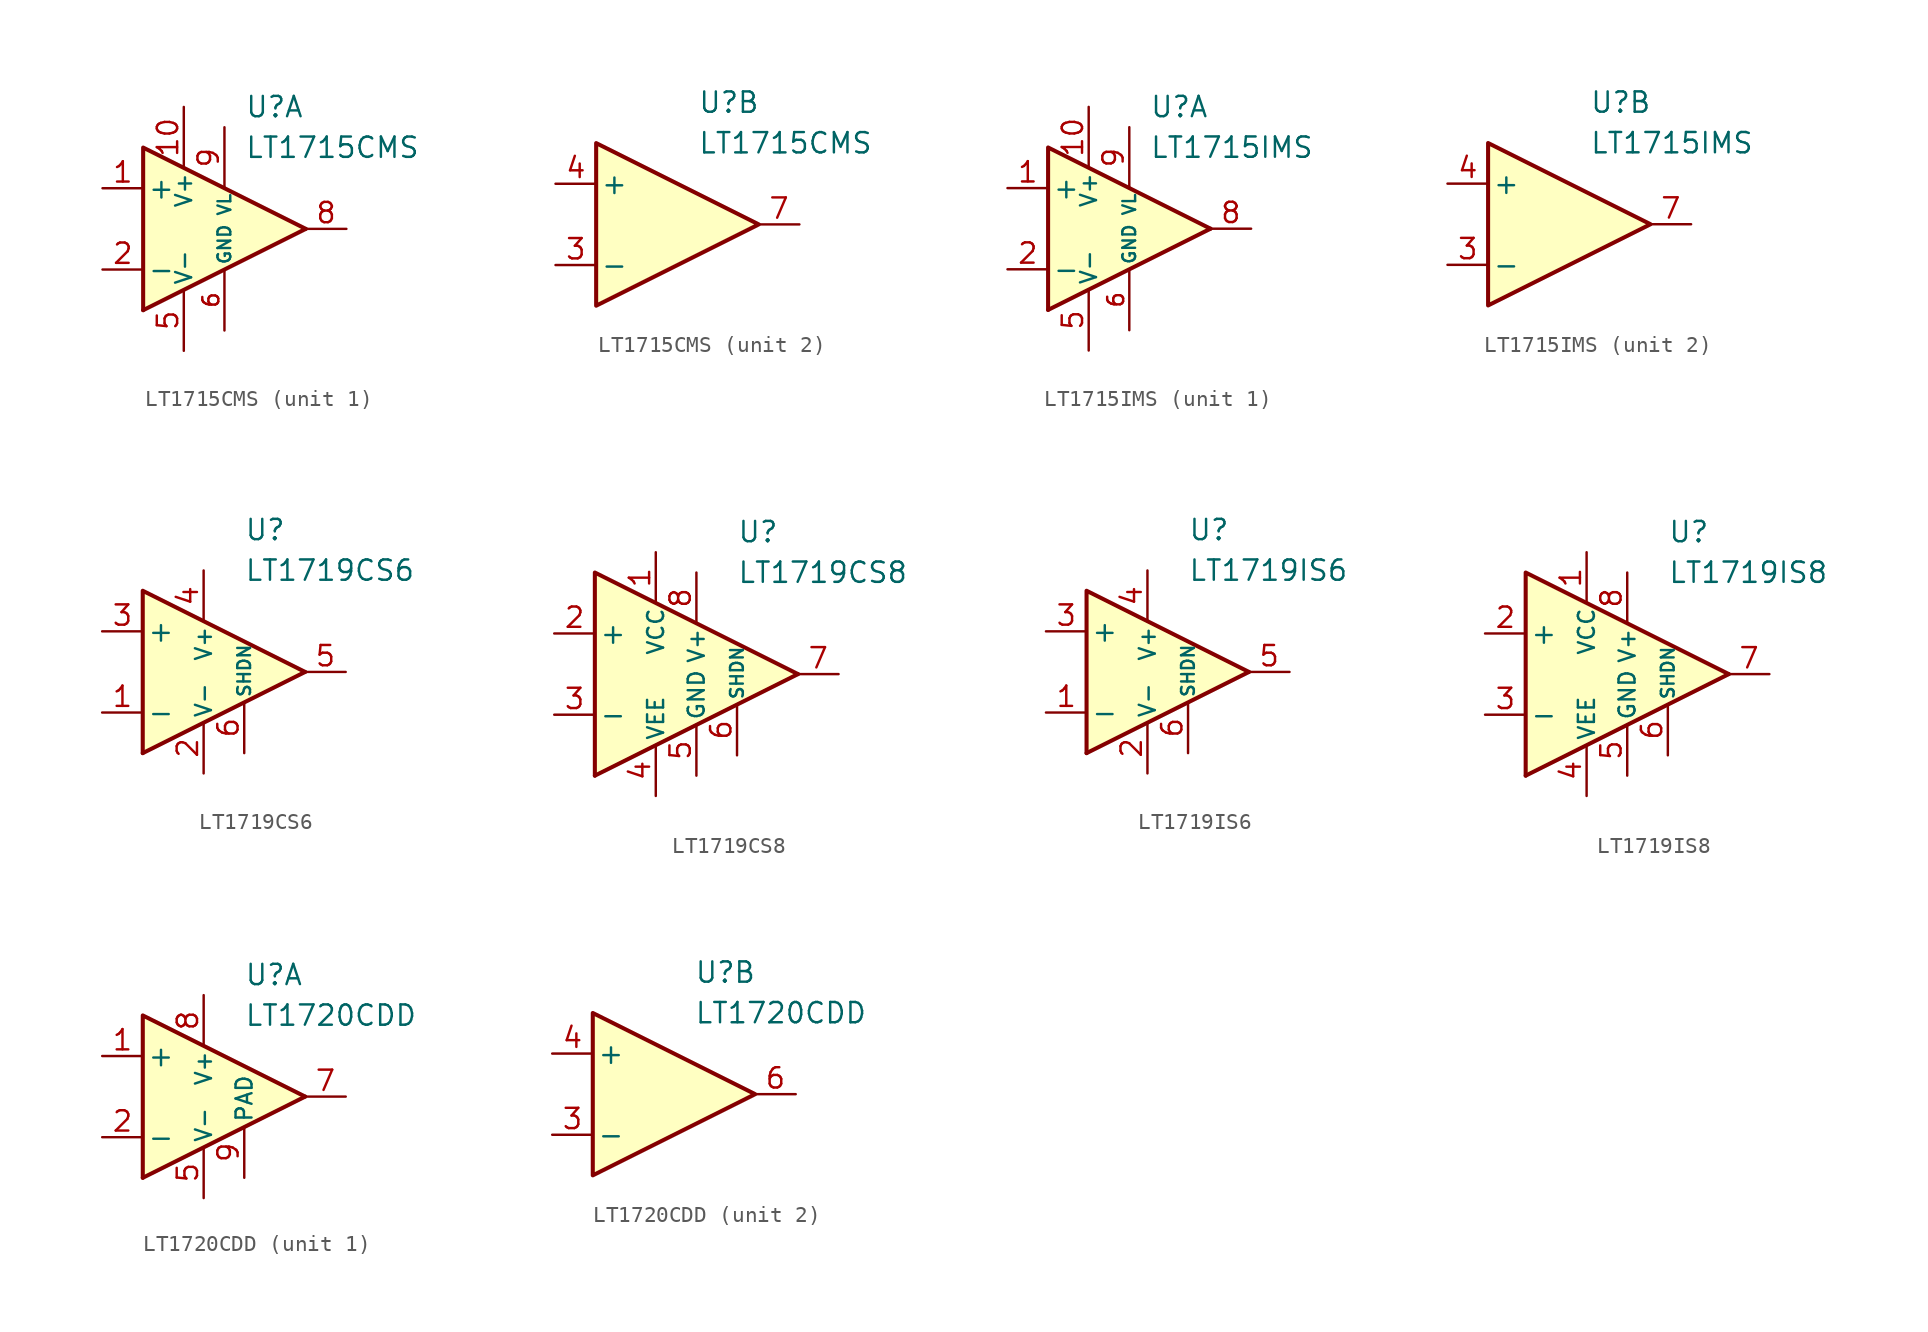
<source format=kicad_sym>
(kicad_symbol_lib
  (version 20211014)
  (generator kicad_symbol_editor)
  (symbol "LT1715CMS"
    (pin_names
      (offset 0.254))
    (property "Reference" "U"
      (at 2.54 7.62 0)
      (effects (font (size 1.27 1.27)) (justify left)))
    (property "Value" "LT1715CMS"
      (at 2.54 5.08 0)
      (effects (font (size 1.27 1.27)) (justify left)))
    (property "ki_locked" ""
      (at 0 0 0)
      (effects (font (size 1.27 1.27))))
    (symbol "LT1715CMS_1_0"
      (polyline (pts (xy 6.35 0) (xy -3.81 -5.08)) (stroke (width 0.254) (type default) (color 0 0 0 0)) (fill (type none)))
      (polyline (pts (xy 6.35 0) (xy -3.81 5.08) (xy -3.81 -5.08)) (stroke (width 0.254) (type default) (color 0 0 0 0)) (fill (type background))))
    (symbol "LT1715CMS_1_1"
      (pin input line (at -6.35 2.54 0) (length 2.54) (name "+" (effects (font (size 1.27 1.27)))) (number "1" (effects (font (size 1.27 1.27)))))
      (pin power_in line (at -1.27 7.62 270) (length 3.81) (name "V+" (effects (font (size 1 1)))) (number "10" (effects (font (size 1.27 1.27)))))
      (pin input line (at -6.35 -2.54 0) (length 2.54) (name "-" (effects (font (size 1.27 1.27)))) (number "2" (effects (font (size 1.27 1.27)))))
      (pin power_in line (at -1.27 -7.62 90) (length 3.81) (name "V-" (effects (font (size 1 1)))) (number "5" (effects (font (size 1.27 1.27)))))
      (pin power_in line (at 1.27 -6.35 90) (length 3.81) (name "GND" (effects (font (size 0.8 0.8)))) (number "6" (effects (font (size 1 1)))))
      (pin output line (at 8.89 0 180) (length 2.54) (name "~" (effects (font (size 1.27 1.27)))) (number "8" (effects (font (size 1.27 1.27)))))
      (pin power_in line (at 1.27 6.35 270) (length 3.81) (name "VL" (effects (font (size 0.8 0.8)))) (number "9" (effects (font (size 1.27 1.27))))))
    (symbol "LT1715CMS_2_0"
      (polyline (pts (xy 6.35 0) (xy -3.81 5.08) (xy -3.81 -5.08) (xy 6.35 0)) (stroke (width 0.254) (type default) (color 0 0 0 0)) (fill (type background))))
    (symbol "LT1715CMS_2_1"
      (pin input line (at -6.35 -2.54 0) (length 2.54) (name "-" (effects (font (size 1.27 1.27)))) (number "3" (effects (font (size 1.27 1.27)))))
      (pin input line (at -6.35 2.54 0) (length 2.54) (name "+" (effects (font (size 1.27 1.27)))) (number "4" (effects (font (size 1.27 1.27)))))
      (pin output line (at 8.89 0 180) (length 2.54) (name "~" (effects (font (size 1.27 1.27)))) (number "7" (effects (font (size 1.27 1.27)))))))
  (symbol "LT1715IMS"
    (pin_names
      (offset 0.254))
    (property "Reference" "U"
      (at 2.54 7.62 0)
      (effects (font (size 1.27 1.27)) (justify left)))
    (property "Value" "LT1715IMS"
      (at 2.54 5.08 0)
      (effects (font (size 1.27 1.27)) (justify left)))
    (property "ki_locked" ""
      (at 0 0 0)
      (effects (font (size 1.27 1.27))))
    (symbol "LT1715IMS_1_0"
      (polyline (pts (xy 6.35 0) (xy -3.81 -5.08)) (stroke (width 0.254) (type default) (color 0 0 0 0)) (fill (type none)))
      (polyline (pts (xy 6.35 0) (xy -3.81 5.08) (xy -3.81 -5.08)) (stroke (width 0.254) (type default) (color 0 0 0 0)) (fill (type background))))
    (symbol "LT1715IMS_1_1"
      (pin input line (at -6.35 2.54 0) (length 2.54) (name "+" (effects (font (size 1.27 1.27)))) (number "1" (effects (font (size 1.27 1.27)))))
      (pin power_in line (at -1.27 7.62 270) (length 3.81) (name "V+" (effects (font (size 1 1)))) (number "10" (effects (font (size 1.27 1.27)))))
      (pin input line (at -6.35 -2.54 0) (length 2.54) (name "-" (effects (font (size 1.27 1.27)))) (number "2" (effects (font (size 1.27 1.27)))))
      (pin power_in line (at -1.27 -7.62 90) (length 3.81) (name "V-" (effects (font (size 1 1)))) (number "5" (effects (font (size 1.27 1.27)))))
      (pin power_in line (at 1.27 -6.35 90) (length 3.81) (name "GND" (effects (font (size 0.8 0.8)))) (number "6" (effects (font (size 1 1)))))
      (pin output line (at 8.89 0 180) (length 2.54) (name "~" (effects (font (size 1.27 1.27)))) (number "8" (effects (font (size 1.27 1.27)))))
      (pin power_in line (at 1.27 6.35 270) (length 3.81) (name "VL" (effects (font (size 0.8 0.8)))) (number "9" (effects (font (size 1.27 1.27))))))
    (symbol "LT1715IMS_2_0"
      (polyline (pts (xy 6.35 0) (xy -3.81 5.08) (xy -3.81 -5.08) (xy 6.35 0)) (stroke (width 0.254) (type default) (color 0 0 0 0)) (fill (type background))))
    (symbol "LT1715IMS_2_1"
      (pin input line (at -6.35 -2.54 0) (length 2.54) (name "-" (effects (font (size 1.27 1.27)))) (number "3" (effects (font (size 1.27 1.27)))))
      (pin input line (at -6.35 2.54 0) (length 2.54) (name "+" (effects (font (size 1.27 1.27)))) (number "4" (effects (font (size 1.27 1.27)))))
      (pin output line (at 8.89 0 180) (length 2.54) (name "~" (effects (font (size 1.27 1.27)))) (number "7" (effects (font (size 1.27 1.27)))))))
  (symbol "LT1719CS6"
    (pin_names
      (offset 0.254))
    (property "Reference" "U"
      (at 2.54 8.89 0)
      (effects (font (size 1.27 1.27)) (justify left)))
    (property "Value" "LT1719CS6"
      (at 2.54 6.35 0)
      (effects (font (size 1.27 1.27)) (justify left)))
    (symbol "LT1719CS6_0_0"
      (polyline (pts (xy 6.35 0) (xy -3.81 -5.08)) (stroke (width 0.254) (type default) (color 0 0 0 0)) (fill (type none)))
      (polyline (pts (xy 6.35 0) (xy -3.81 5.08) (xy -3.81 -5.08)) (stroke (width 0.254) (type default) (color 0 0 0 0)) (fill (type background))))
    (symbol "LT1719CS6_1_1"
      (pin input line (at -6.35 -2.54 0) (length 2.54) (name "-" (effects (font (size 1.27 1.27)))) (number "1" (effects (font (size 1.27 1.27)))))
      (pin power_in line (at 0 -6.35 90) (length 3.18) (name "V-" (effects (font (size 1 1)))) (number "2" (effects (font (size 1.27 1.27)))))
      (pin input line (at -6.35 2.54 0) (length 2.54) (name "+" (effects (font (size 1.27 1.27)))) (number "3" (effects (font (size 1.27 1.27)))))
      (pin power_in line (at 0 6.35 270) (length 3.18) (name "V+" (effects (font (size 1 1)))) (number "4" (effects (font (size 1.27 1.27)))))
      (pin output line (at 8.89 0 180) (length 2.54) (name "~" (effects (font (size 1.27 1.27)))) (number "5" (effects (font (size 1.27 1.27)))))
      (pin input line (at 2.54 -5.08 90) (length 3.18) (name "SHDN" (effects (font (size 0.8 0.8)))) (number "6" (effects (font (size 1.27 1.27)))))))
  (symbol "LT1719CS8"
    (pin_names
      (offset 0.254))
    (property "Reference" "U"
      (at 2.54 8.89 0)
      (effects (font (size 1.27 1.27)) (justify left)))
    (property "Value" "LT1719CS8"
      (at 2.54 6.35 0)
      (effects (font (size 1.27 1.27)) (justify left)))
    (symbol "LT1719CS8_0_0"
      (polyline (pts (xy 6.35 0) (xy -6.35 -6.35)) (stroke (width 0.254) (type default) (color 0 0 0 0)) (fill (type none)))
      (polyline (pts (xy 6.35 0) (xy -6.35 6.35) (xy -6.35 -6.35)) (stroke (width 0.254) (type default) (color 0 0 0 0)) (fill (type background))))
    (symbol "LT1719CS8_1_1"
      (pin power_in line (at -2.54 7.62 270) (length 3.18) (name "VCC" (effects (font (size 1 1)))) (number "1" (effects (font (size 1.27 1.27)))))
      (pin input line (at -8.89 2.54 0) (length 2.54) (name "+" (effects (font (size 1.27 1.27)))) (number "2" (effects (font (size 1.27 1.27)))))
      (pin input line (at -8.89 -2.54 0) (length 2.54) (name "-" (effects (font (size 1.27 1.27)))) (number "3" (effects (font (size 1.27 1.27)))))
      (pin power_in line (at -2.54 -7.62 90) (length 3.18) (name "VEE" (effects (font (size 1 1)))) (number "4" (effects (font (size 1.27 1.27)))))
      (pin power_in line (at 0 -6.35 90) (length 3.18) (name "GND" (effects (font (size 1 1)))) (number "5" (effects (font (size 1.27 1.27)))))
      (pin input line (at 2.54 -5.08 90) (length 3.18) (name "SHDN" (effects (font (size 0.8 0.8)))) (number "6" (effects (font (size 1.27 1.27)))))
      (pin output line (at 8.89 0 180) (length 2.54) (name "~" (effects (font (size 1.27 1.27)))) (number "7" (effects (font (size 1.27 1.27)))))
      (pin power_in line (at 0 6.35 270) (length 3.18) (name "V+" (effects (font (size 1 1)))) (number "8" (effects (font (size 1.27 1.27)))))))
  (symbol "LT1719IS6"
    (pin_names
      (offset 0.254))
    (property "Reference" "U"
      (at 2.54 8.89 0)
      (effects (font (size 1.27 1.27)) (justify left)))
    (property "Value" "LT1719IS6"
      (at 2.54 6.35 0)
      (effects (font (size 1.27 1.27)) (justify left)))
    (symbol "LT1719IS6_0_0"
      (polyline (pts (xy 6.35 0) (xy -3.81 -5.08)) (stroke (width 0.254) (type default) (color 0 0 0 0)) (fill (type none)))
      (polyline (pts (xy 6.35 0) (xy -3.81 5.08) (xy -3.81 -5.08)) (stroke (width 0.254) (type default) (color 0 0 0 0)) (fill (type background))))
    (symbol "LT1719IS6_1_1"
      (pin input line (at -6.35 -2.54 0) (length 2.54) (name "-" (effects (font (size 1.27 1.27)))) (number "1" (effects (font (size 1.27 1.27)))))
      (pin power_in line (at 0 -6.35 90) (length 3.18) (name "V-" (effects (font (size 1 1)))) (number "2" (effects (font (size 1.27 1.27)))))
      (pin input line (at -6.35 2.54 0) (length 2.54) (name "+" (effects (font (size 1.27 1.27)))) (number "3" (effects (font (size 1.27 1.27)))))
      (pin power_in line (at 0 6.35 270) (length 3.18) (name "V+" (effects (font (size 1 1)))) (number "4" (effects (font (size 1.27 1.27)))))
      (pin output line (at 8.89 0 180) (length 2.54) (name "~" (effects (font (size 1.27 1.27)))) (number "5" (effects (font (size 1.27 1.27)))))
      (pin input line (at 2.54 -5.08 90) (length 3.18) (name "SHDN" (effects (font (size 0.8 0.8)))) (number "6" (effects (font (size 1.27 1.27)))))))
  (symbol "LT1719IS8"
    (pin_names
      (offset 0.254))
    (property "Reference" "U"
      (at 2.54 8.89 0)
      (effects (font (size 1.27 1.27)) (justify left)))
    (property "Value" "LT1719IS8"
      (at 2.54 6.35 0)
      (effects (font (size 1.27 1.27)) (justify left)))
    (symbol "LT1719IS8_0_0"
      (polyline (pts (xy 6.35 0) (xy -6.35 -6.35)) (stroke (width 0.254) (type default) (color 0 0 0 0)) (fill (type none)))
      (polyline (pts (xy 6.35 0) (xy -6.35 6.35) (xy -6.35 -6.35)) (stroke (width 0.254) (type default) (color 0 0 0 0)) (fill (type background))))
    (symbol "LT1719IS8_1_1"
      (pin power_in line (at -2.54 7.62 270) (length 3.18) (name "VCC" (effects (font (size 1 1)))) (number "1" (effects (font (size 1.27 1.27)))))
      (pin input line (at -8.89 2.54 0) (length 2.54) (name "+" (effects (font (size 1.27 1.27)))) (number "2" (effects (font (size 1.27 1.27)))))
      (pin input line (at -8.89 -2.54 0) (length 2.54) (name "-" (effects (font (size 1.27 1.27)))) (number "3" (effects (font (size 1.27 1.27)))))
      (pin power_in line (at -2.54 -7.62 90) (length 3.18) (name "VEE" (effects (font (size 1 1)))) (number "4" (effects (font (size 1.27 1.27)))))
      (pin power_in line (at 0 -6.35 90) (length 3.18) (name "GND" (effects (font (size 1 1)))) (number "5" (effects (font (size 1.27 1.27)))))
      (pin input line (at 2.54 -5.08 90) (length 3.18) (name "SHDN" (effects (font (size 0.8 0.8)))) (number "6" (effects (font (size 1.27 1.27)))))
      (pin output line (at 8.89 0 180) (length 2.54) (name "~" (effects (font (size 1.27 1.27)))) (number "7" (effects (font (size 1.27 1.27)))))
      (pin power_in line (at 0 6.35 270) (length 3.18) (name "V+" (effects (font (size 1 1)))) (number "8" (effects (font (size 1.27 1.27)))))))
  (symbol "LT1720CDD"
    (pin_names
      (offset 0.254))
    (property "Reference" "U"
      (at 2.54 7.62 0)
      (effects (font (size 1.27 1.27)) (justify left)))
    (property "Value" "LT1720CDD"
      (at 2.54 5.08 0)
      (effects (font (size 1.27 1.27)) (justify left)))
    (property "ki_locked" ""
      (at 0 0 0)
      (effects (font (size 1.27 1.27))))
    (symbol "LT1720CDD_1_0"
      (polyline (pts (xy 6.35 0) (xy -3.81 -5.08)) (stroke (width 0.254) (type default) (color 0 0 0 0)) (fill (type none)))
      (polyline (pts (xy 6.35 0) (xy -3.81 5.08) (xy -3.81 -5.08)) (stroke (width 0.254) (type default) (color 0 0 0 0)) (fill (type background))))
    (symbol "LT1720CDD_1_1"
      (pin input line (at -6.35 2.54 0) (length 2.54) (name "+" (effects (font (size 1.27 1.27)))) (number "1" (effects (font (size 1.27 1.27)))))
      (pin input line (at -6.35 -2.54 0) (length 2.54) (name "-" (effects (font (size 1.27 1.27)))) (number "2" (effects (font (size 1.27 1.27)))))
      (pin power_in line (at 0 -6.35 90) (length 3.18) (name "V-" (effects (font (size 1 1)))) (number "5" (effects (font (size 1.27 1.27)))))
      (pin output line (at 8.89 0 180) (length 2.54) (name "~" (effects (font (size 1.27 1.27)))) (number "7" (effects (font (size 1.27 1.27)))))
      (pin power_in line (at 0 6.35 270) (length 3.18) (name "V+" (effects (font (size 1 1)))) (number "8" (effects (font (size 1.27 1.27)))))
      (pin power_in line (at 2.54 -5.08 90) (length 3.18) (name "PAD" (effects (font (size 1 1)))) (number "9" (effects (font (size 1.27 1.27))))))
    (symbol "LT1720CDD_2_0"
      (polyline (pts (xy 6.35 0) (xy -3.81 5.08) (xy -3.81 -5.08) (xy 6.35 0)) (stroke (width 0.254) (type default) (color 0 0 0 0)) (fill (type background))))
    (symbol "LT1720CDD_2_1"
      (pin input line (at -6.35 -2.54 0) (length 2.54) (name "-" (effects (font (size 1.27 1.27)))) (number "3" (effects (font (size 1.27 1.27)))))
      (pin input line (at -6.35 2.54 0) (length 2.54) (name "+" (effects (font (size 1.27 1.27)))) (number "4" (effects (font (size 1.27 1.27)))))
      (pin output line (at 8.89 0 180) (length 2.54) (name "~" (effects (font (size 1.27 1.27)))) (number "6" (effects (font (size 1.27 1.27))))))))
</source>
